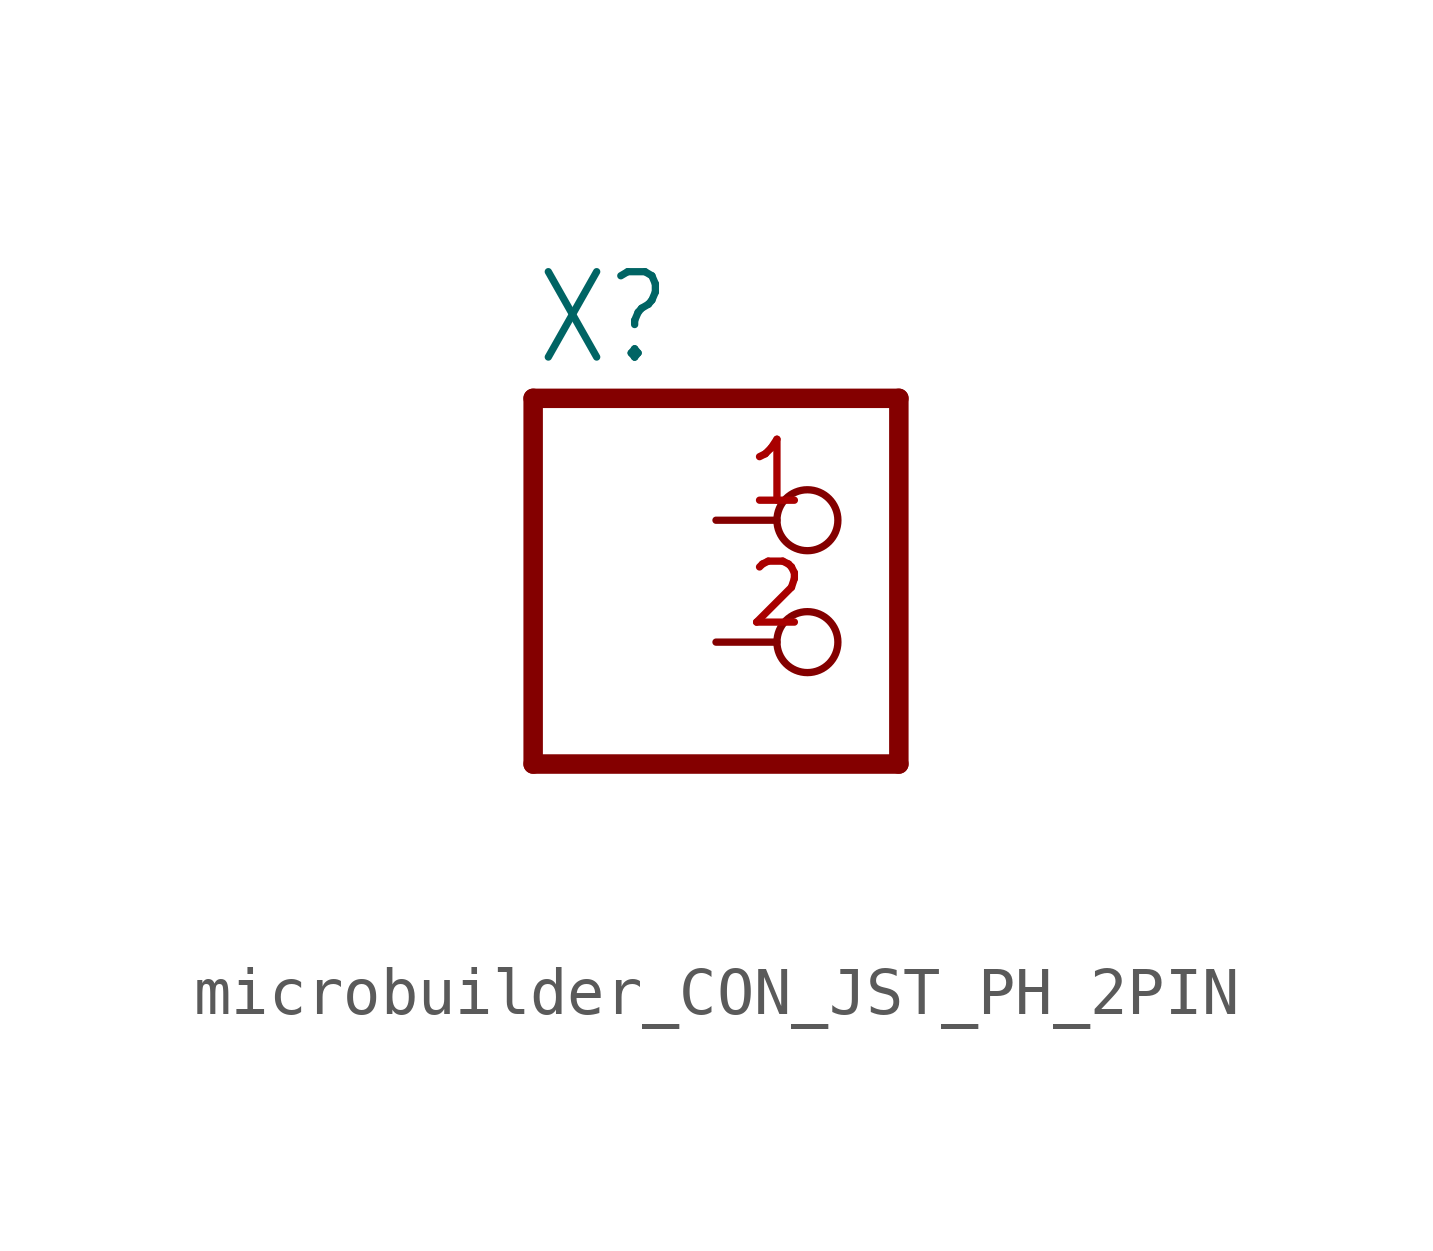
<source format=kicad_sym>
(kicad_symbol_lib
  (version 20231120)
  (generator "kicad_symbol_editor")
  (generator_version "8.0")
  (symbol "microbuilder_CON_JST_PH_2PIN"
    (property "Reference" "X"
      (at -6.35 5.715 0)
      (effects (font (size 1.778 1.511)) (justify left bottom)))
    (property "Value" ""
      (at -6.35 -5.08 0)
      (effects (font (size 1.778 1.511)) (justify left bottom)))
    (property "ki_locked" ""
      (at 0 0 0)
      (effects (font (size 1.27 1.27))))
    (symbol "microbuilder_CON_JST_PH_2PIN_1_0"
      (polyline (pts (xy -6.35 -2.54) (xy 1.27 -2.54)) (stroke (width 0.406) (type solid)) (fill (type none)))
      (polyline (pts (xy -6.35 5.08) (xy -6.35 -2.54)) (stroke (width 0.406) (type solid)) (fill (type none)))
      (polyline (pts (xy 1.27 -2.54) (xy 1.27 5.08)) (stroke (width 0.406) (type solid)) (fill (type none)))
      (polyline (pts (xy 1.27 5.08) (xy -6.35 5.08)) (stroke (width 0.406) (type solid)) (fill (type none)))
      (pin passive inverted (at -2.54 2.54 0) (length 2.54) (name "1" (effects (font (size 0 0)))) (number "1" (effects (font (size 1.27 1.27)))))
      (pin passive inverted (at -2.54 0 0) (length 2.54) (name "2" (effects (font (size 0 0)))) (number "2" (effects (font (size 1.27 1.27))))))))
</source>
